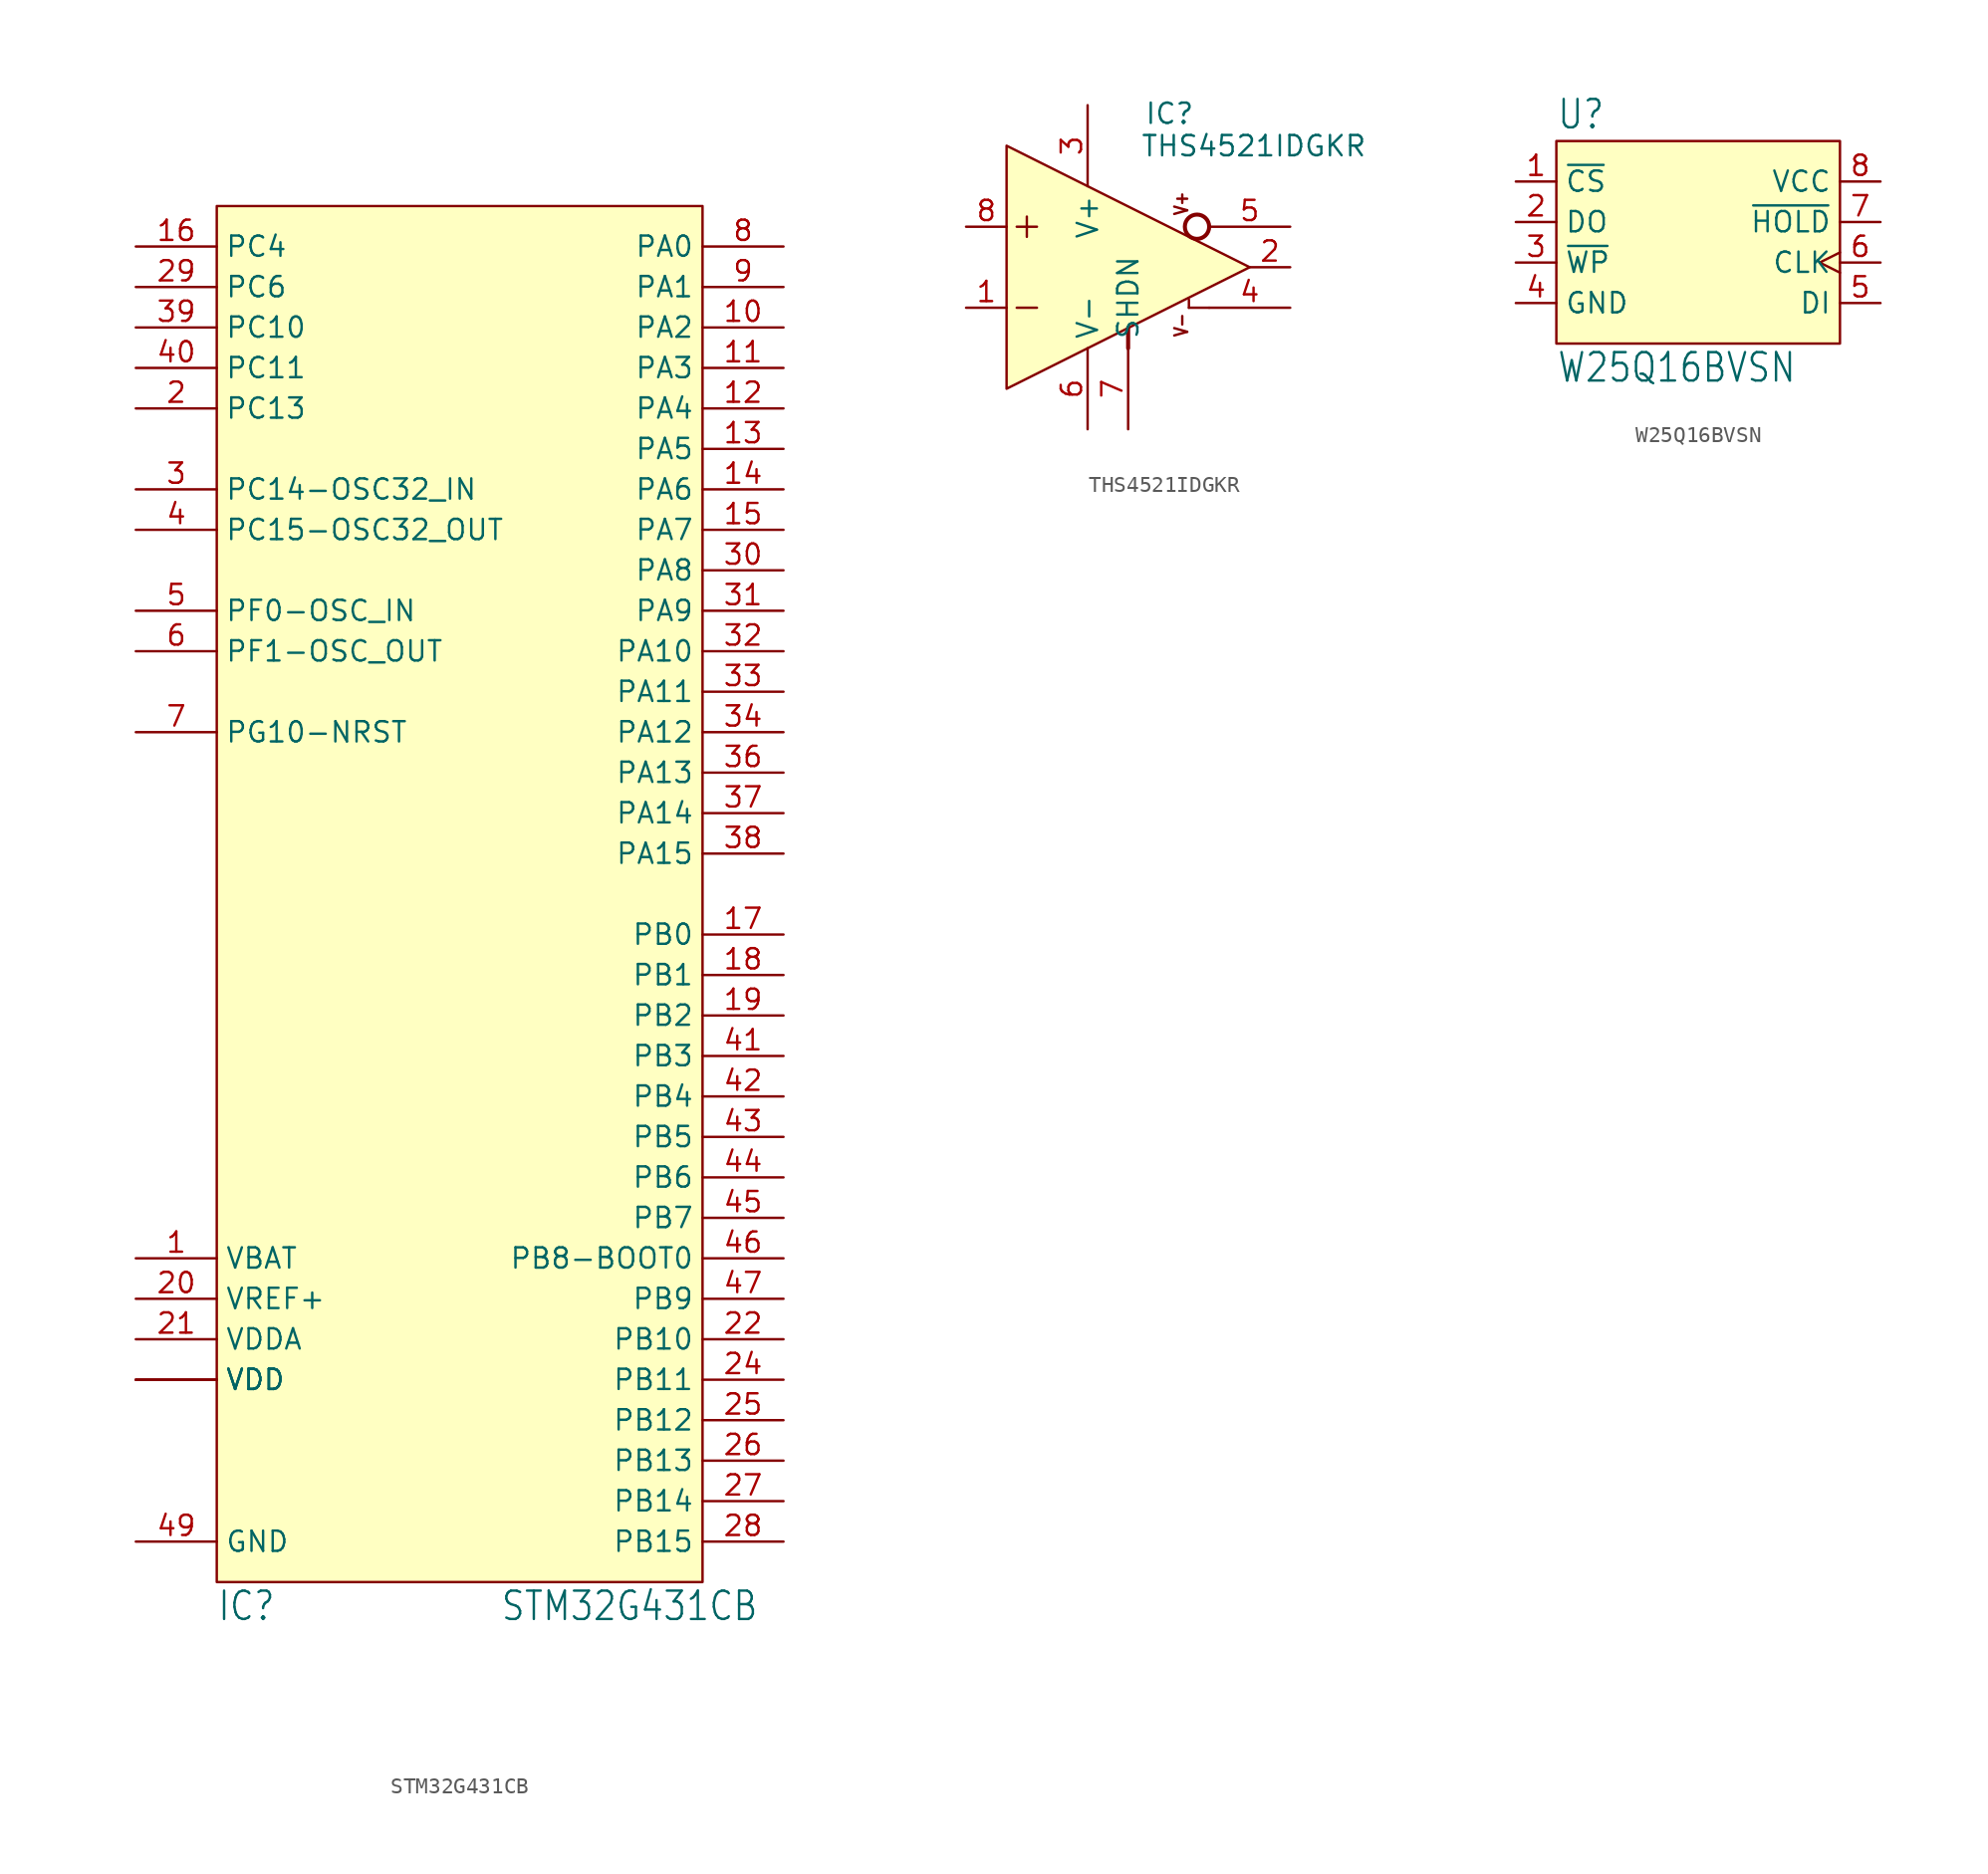
<source format=kicad_sym>
(kicad_symbol_lib
  (version 20231120)
  (generator "kicad_symbol_editor")
  (generator_version "8.0")
  (symbol "STM32G431CB"
    (property "Reference" "IC"
      (at -15.24 -45.72 0)
      (effects (font (size 1.778 1.511)) (justify left bottom)))
    (property "Value" "STM32G431CB"
      (at 2.54 -45.72 0)
      (effects (font (size 1.778 1.511)) (justify left bottom)))
    (symbol "STM32G431CB_1_0"
      (pin power_in line (at -20.32 -22.86 0) (length 5.08) (name "VBAT" (effects (font (size 1.27 1.27)))) (number "1" (effects (font (size 1.27 1.27)))))
      (pin bidirectional line (at 20.32 35.56 180) (length 5.08) (name "PA2" (effects (font (size 1.27 1.27)))) (number "10" (effects (font (size 1.27 1.27)))))
      (pin bidirectional line (at 20.32 33.02 180) (length 5.08) (name "PA3" (effects (font (size 1.27 1.27)))) (number "11" (effects (font (size 1.27 1.27)))))
      (pin bidirectional line (at 20.32 30.48 180) (length 5.08) (name "PA4" (effects (font (size 1.27 1.27)))) (number "12" (effects (font (size 1.27 1.27)))))
      (pin bidirectional line (at 20.32 27.94 180) (length 5.08) (name "PA5" (effects (font (size 1.27 1.27)))) (number "13" (effects (font (size 1.27 1.27)))))
      (pin bidirectional line (at 20.32 25.4 180) (length 5.08) (name "PA6" (effects (font (size 1.27 1.27)))) (number "14" (effects (font (size 1.27 1.27)))))
      (pin bidirectional line (at 20.32 22.86 180) (length 5.08) (name "PA7" (effects (font (size 1.27 1.27)))) (number "15" (effects (font (size 1.27 1.27)))))
      (pin bidirectional line (at -20.32 40.64 0) (length 5.08) (name "PC4" (effects (font (size 1.27 1.27)))) (number "16" (effects (font (size 1.27 1.27)))))
      (pin bidirectional line (at 20.32 -2.54 180) (length 5.08) (name "PB0" (effects (font (size 1.27 1.27)))) (number "17" (effects (font (size 1.27 1.27)))))
      (pin bidirectional line (at 20.32 -5.08 180) (length 5.08) (name "PB1" (effects (font (size 1.27 1.27)))) (number "18" (effects (font (size 1.27 1.27)))))
      (pin bidirectional line (at 20.32 -7.62 180) (length 5.08) (name "PB2" (effects (font (size 1.27 1.27)))) (number "19" (effects (font (size 1.27 1.27)))))
      (pin bidirectional line (at -20.32 30.48 0) (length 5.08) (name "PC13" (effects (font (size 1.27 1.27)))) (number "2" (effects (font (size 1.27 1.27)))))
      (pin power_in line (at -20.32 -25.4 0) (length 5.08) (name "VREF+" (effects (font (size 1.27 1.27)))) (number "20" (effects (font (size 1.27 1.27)))))
      (pin power_in line (at -20.32 -27.94 0) (length 5.08) (name "VDDA" (effects (font (size 1.27 1.27)))) (number "21" (effects (font (size 1.27 1.27)))))
      (pin bidirectional line (at 20.32 -27.94 180) (length 5.08) (name "PB10" (effects (font (size 1.27 1.27)))) (number "22" (effects (font (size 1.27 1.27)))))
      (pin power_in line (at -20.32 -30.48 0) (length 5.08) (name "VDD" (effects (font (size 1.27 1.27)))) (number "23" (effects (font (size 0 0)))))
      (pin bidirectional line (at 20.32 -30.48 180) (length 5.08) (name "PB11" (effects (font (size 1.27 1.27)))) (number "24" (effects (font (size 1.27 1.27)))))
      (pin bidirectional line (at 20.32 -33.02 180) (length 5.08) (name "PB12" (effects (font (size 1.27 1.27)))) (number "25" (effects (font (size 1.27 1.27)))))
      (pin bidirectional line (at 20.32 -35.56 180) (length 5.08) (name "PB13" (effects (font (size 1.27 1.27)))) (number "26" (effects (font (size 1.27 1.27)))))
      (pin bidirectional line (at 20.32 -38.1 180) (length 5.08) (name "PB14" (effects (font (size 1.27 1.27)))) (number "27" (effects (font (size 1.27 1.27)))))
      (pin bidirectional line (at 20.32 -40.64 180) (length 5.08) (name "PB15" (effects (font (size 1.27 1.27)))) (number "28" (effects (font (size 1.27 1.27)))))
      (pin bidirectional line (at -20.32 38.1 0) (length 5.08) (name "PC6" (effects (font (size 1.27 1.27)))) (number "29" (effects (font (size 1.27 1.27)))))
      (pin bidirectional line (at -20.32 25.4 0) (length 5.08) (name "PC14-OSC32_IN" (effects (font (size 1.27 1.27)))) (number "3" (effects (font (size 1.27 1.27)))))
      (pin bidirectional line (at 20.32 20.32 180) (length 5.08) (name "PA8" (effects (font (size 1.27 1.27)))) (number "30" (effects (font (size 1.27 1.27)))))
      (pin bidirectional line (at 20.32 17.78 180) (length 5.08) (name "PA9" (effects (font (size 1.27 1.27)))) (number "31" (effects (font (size 1.27 1.27)))))
      (pin bidirectional line (at 20.32 15.24 180) (length 5.08) (name "PA10" (effects (font (size 1.27 1.27)))) (number "32" (effects (font (size 1.27 1.27)))))
      (pin bidirectional line (at 20.32 12.7 180) (length 5.08) (name "PA11" (effects (font (size 1.27 1.27)))) (number "33" (effects (font (size 1.27 1.27)))))
      (pin bidirectional line (at 20.32 10.16 180) (length 5.08) (name "PA12" (effects (font (size 1.27 1.27)))) (number "34" (effects (font (size 1.27 1.27)))))
      (pin power_in line (at -20.32 -30.48 0) (length 5.08) (name "VDD" (effects (font (size 1.27 1.27)))) (number "35" (effects (font (size 0 0)))))
      (pin bidirectional line (at 20.32 7.62 180) (length 5.08) (name "PA13" (effects (font (size 1.27 1.27)))) (number "36" (effects (font (size 1.27 1.27)))))
      (pin bidirectional line (at 20.32 5.08 180) (length 5.08) (name "PA14" (effects (font (size 1.27 1.27)))) (number "37" (effects (font (size 1.27 1.27)))))
      (pin bidirectional line (at 20.32 2.54 180) (length 5.08) (name "PA15" (effects (font (size 1.27 1.27)))) (number "38" (effects (font (size 1.27 1.27)))))
      (pin bidirectional line (at -20.32 35.56 0) (length 5.08) (name "PC10" (effects (font (size 1.27 1.27)))) (number "39" (effects (font (size 1.27 1.27)))))
      (pin bidirectional line (at -20.32 22.86 0) (length 5.08) (name "PC15-OSC32_OUT" (effects (font (size 1.27 1.27)))) (number "4" (effects (font (size 1.27 1.27)))))
      (pin bidirectional line (at -20.32 33.02 0) (length 5.08) (name "PC11" (effects (font (size 1.27 1.27)))) (number "40" (effects (font (size 1.27 1.27)))))
      (pin bidirectional line (at 20.32 -10.16 180) (length 5.08) (name "PB3" (effects (font (size 1.27 1.27)))) (number "41" (effects (font (size 1.27 1.27)))))
      (pin bidirectional line (at 20.32 -12.7 180) (length 5.08) (name "PB4" (effects (font (size 1.27 1.27)))) (number "42" (effects (font (size 1.27 1.27)))))
      (pin bidirectional line (at 20.32 -15.24 180) (length 5.08) (name "PB5" (effects (font (size 1.27 1.27)))) (number "43" (effects (font (size 1.27 1.27)))))
      (pin bidirectional line (at 20.32 -17.78 180) (length 5.08) (name "PB6" (effects (font (size 1.27 1.27)))) (number "44" (effects (font (size 1.27 1.27)))))
      (pin bidirectional line (at 20.32 -20.32 180) (length 5.08) (name "PB7" (effects (font (size 1.27 1.27)))) (number "45" (effects (font (size 1.27 1.27)))))
      (pin bidirectional line (at 20.32 -22.86 180) (length 5.08) (name "PB8-BOOT0" (effects (font (size 1.27 1.27)))) (number "46" (effects (font (size 1.27 1.27)))))
      (pin bidirectional line (at 20.32 -25.4 180) (length 5.08) (name "PB9" (effects (font (size 1.27 1.27)))) (number "47" (effects (font (size 1.27 1.27)))))
      (pin power_in line (at -20.32 -30.48 0) (length 5.08) (name "VDD" (effects (font (size 1.27 1.27)))) (number "48" (effects (font (size 0 0)))))
      (pin power_in line (at -20.32 -40.64 0) (length 5.08) (name "GND" (effects (font (size 1.27 1.27)))) (number "49" (effects (font (size 1.27 1.27)))))
      (pin bidirectional line (at -20.32 17.78 0) (length 5.08) (name "PF0-OSC_IN" (effects (font (size 1.27 1.27)))) (number "5" (effects (font (size 1.27 1.27)))))
      (pin bidirectional line (at -20.32 15.24 0) (length 5.08) (name "PF1-OSC_OUT" (effects (font (size 1.27 1.27)))) (number "6" (effects (font (size 1.27 1.27)))))
      (pin bidirectional line (at -20.32 10.16 0) (length 5.08) (name "PG10-NRST" (effects (font (size 1.27 1.27)))) (number "7" (effects (font (size 1.27 1.27)))))
      (pin bidirectional line (at 20.32 40.64 180) (length 5.08) (name "PA0" (effects (font (size 1.27 1.27)))) (number "8" (effects (font (size 1.27 1.27)))))
      (pin bidirectional line (at 20.32 38.1 180) (length 5.08) (name "PA1" (effects (font (size 1.27 1.27)))) (number "9" (effects (font (size 1.27 1.27))))))
    (symbol "STM32G431CB_1_1"
      (rectangle (start -15.24 43.18) (end 15.24 -43.18) (stroke (width 0) (type default)) (fill (type background)))))
  (symbol "THS4521IDGKR"
    (property "Reference" "IC"
      (at -1.524 8.89 0)
      (effects (font (size 1.27 1.27)) (justify left bottom)))
    (property "Value" "THS4521IDGKR"
      (at -1.778 6.858 0)
      (effects (font (size 1.27 1.27)) (justify left bottom)))
    (symbol "THS4521IDGKR_1_0"
      (polyline (pts (xy -9.525 -2.54) (xy -8.255 -2.54)) (stroke (width 0.152) (type solid)) (fill (type none)))
      (polyline (pts (xy -9.525 2.54) (xy -8.255 2.54)) (stroke (width 0.152) (type solid)) (fill (type none)))
      (polyline (pts (xy -8.89 3.175) (xy -8.89 1.905)) (stroke (width 0.152) (type solid)) (fill (type none)))
      (polyline (pts (xy -2.54 -5.08) (xy -2.54 -3.81)) (stroke (width 0.254) (type solid)) (fill (type none)))
      (polyline (pts (xy 1.27 -2.54) (xy 1.27 -2.032)) (stroke (width 0.152) (type solid)) (fill (type none)))
      (polyline (pts (xy 2.54 -2.54) (xy 1.27 -2.54)) (stroke (width 0.152) (type solid)) (fill (type none)))
      (circle (center 1.778 2.54) (radius 0.762) (stroke (width 0.254) (type solid)) (fill (type none)))
      (text "V+" (at 1.27 3.175 900) (effects (font (size 0.813 0.691)) (justify left bottom)))
      (text "V-" (at 1.27 -4.445 900) (effects (font (size 0.813 0.691)) (justify left bottom)))
      (pin input line (at -12.7 -2.54 0) (length 2.54) (name "-IN" (effects (font (size 0 0)))) (number "1" (effects (font (size 1.27 1.27)))))
      (pin output line (at 7.62 0 180) (length 2.54) (name "VOCM" (effects (font (size 0 0)))) (number "2" (effects (font (size 1.27 1.27)))))
      (pin power_in line (at -5.08 10.16 270) (length 5.08) (name "V+" (effects (font (size 1.27 1.27)))) (number "3" (effects (font (size 1.27 1.27)))))
      (pin bidirectional line (at 7.62 -2.54 180) (length 5.08) (name "+OUT" (effects (font (size 0 0)))) (number "4" (effects (font (size 1.27 1.27)))))
      (pin bidirectional line (at 7.62 2.54 180) (length 5.08) (name "-OUT" (effects (font (size 0 0)))) (number "5" (effects (font (size 1.27 1.27)))))
      (pin power_in line (at -5.08 -10.16 90) (length 5.08) (name "V-" (effects (font (size 1.27 1.27)))) (number "6" (effects (font (size 1.27 1.27)))))
      (pin bidirectional line (at -2.54 -10.16 90) (length 5.08) (name "SHDN" (effects (font (size 1.27 1.27)))) (number "7" (effects (font (size 1.27 1.27)))))
      (pin input line (at -12.7 2.54 0) (length 2.54) (name "+IN" (effects (font (size 0 0)))) (number "8" (effects (font (size 1.27 1.27))))))
    (symbol "THS4521IDGKR_1_1"
      (polyline (pts (xy 5.08 0) (xy -10.16 7.62) (xy -10.16 -7.62) (xy 5.08 0)) (stroke (width 0) (type default)) (fill (type background)))))
  (symbol "W25Q16BVSN"
    (property "Reference" "U"
      (at -10.16 5.715 0)
      (effects (font (size 1.778 1.511)) (justify left bottom)))
    (property "Value" "W25Q16BVSN"
      (at -10.16 -10.16 0)
      (effects (font (size 1.778 1.511)) (justify left bottom)))
    (symbol "W25Q16BVSN_1_0"
      (pin input line (at -12.7 2.54 0) (length 2.54) (name "~{CS}" (effects (font (size 1.27 1.27)))) (number "1" (effects (font (size 1.27 1.27)))))
      (pin output line (at -12.7 0 0) (length 2.54) (name "DO" (effects (font (size 1.27 1.27)))) (number "2" (effects (font (size 1.27 1.27)))))
      (pin input line (at -12.7 -2.54 0) (length 2.54) (name "~{WP}" (effects (font (size 1.27 1.27)))) (number "3" (effects (font (size 1.27 1.27)))))
      (pin power_in line (at -12.7 -5.08 0) (length 2.54) (name "GND" (effects (font (size 1.27 1.27)))) (number "4" (effects (font (size 1.27 1.27)))))
      (pin input line (at 10.16 -5.08 180) (length 2.54) (name "DI" (effects (font (size 1.27 1.27)))) (number "5" (effects (font (size 1.27 1.27)))))
      (pin input clock (at 10.16 -2.54 180) (length 2.54) (name "CLK" (effects (font (size 1.27 1.27)))) (number "6" (effects (font (size 1.27 1.27)))))
      (pin input line (at 10.16 0 180) (length 2.54) (name "~{HOLD}" (effects (font (size 1.27 1.27)))) (number "7" (effects (font (size 1.27 1.27)))))
      (pin power_in line (at 10.16 2.54 180) (length 2.54) (name "VCC" (effects (font (size 1.27 1.27)))) (number "8" (effects (font (size 1.27 1.27))))))
    (symbol "W25Q16BVSN_1_1"
      (rectangle (start -10.16 5.08) (end 7.62 -7.62) (stroke (width 0) (type default)) (fill (type background))))))
</source>
